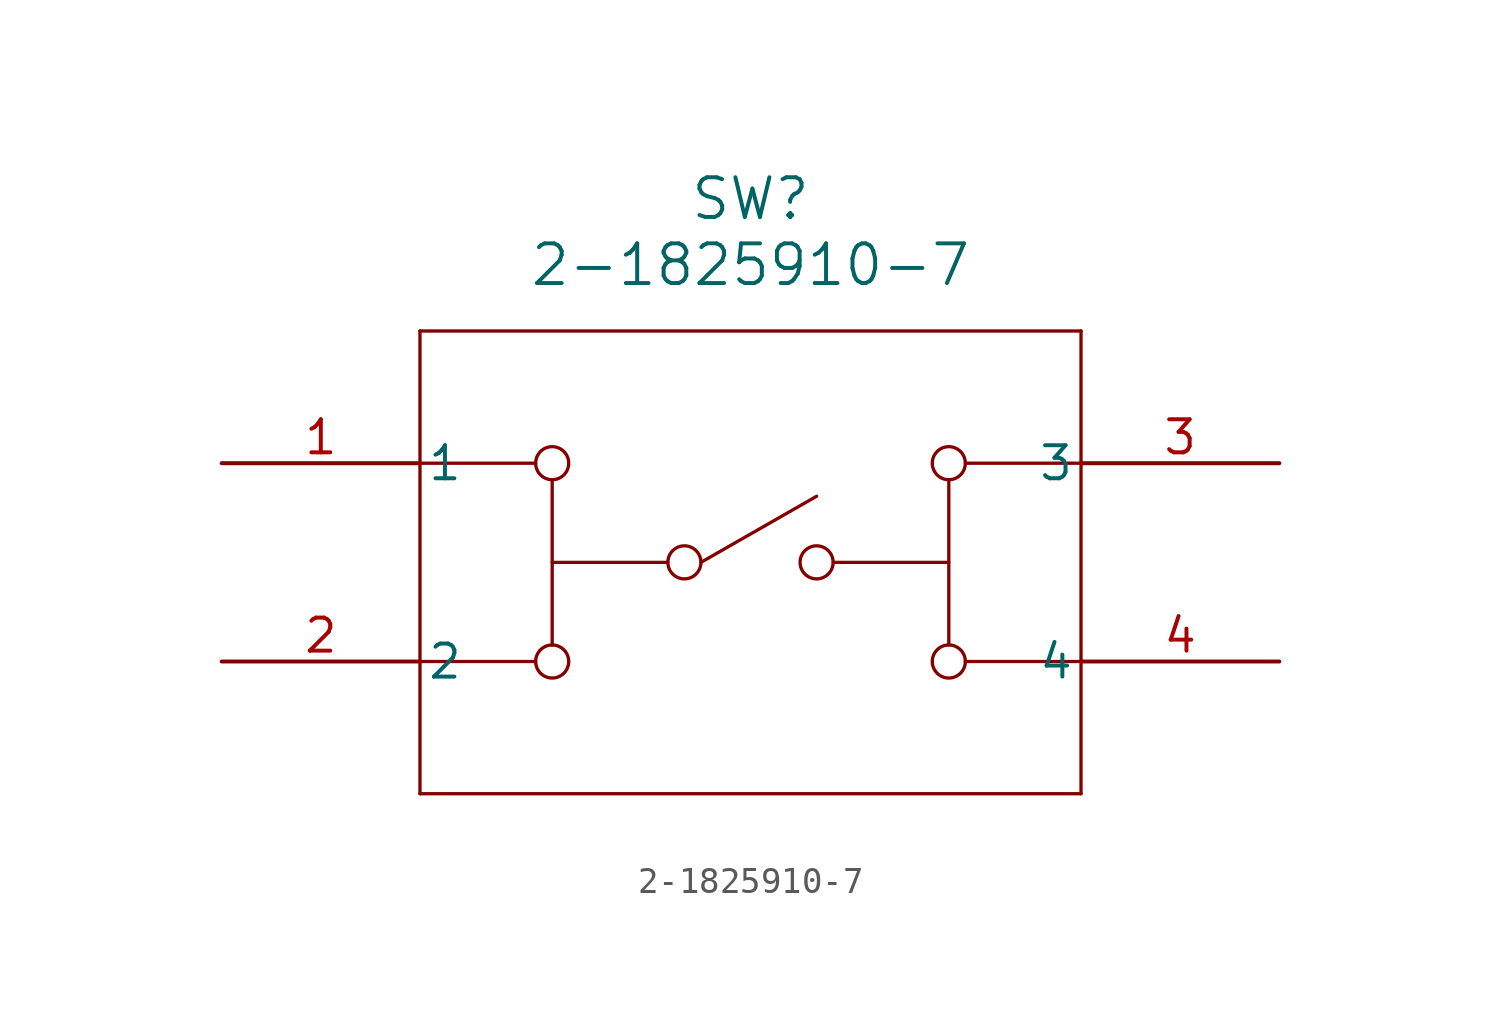
<source format=kicad_sym>
(kicad_symbol_lib
  (version 20241209)
  (generator "kicad_symbol_editor")
  (generator_version "9.0")
  (symbol "2-1825910-7"
    (pin_names
      (offset 0.254))
    (property "Reference" "SW"
      (at 0 13.97 0)
      (effects (font (size 1.524 1.524))))
    (property "Value" "2-1825910-7"
      (at 0 11.43 0)
      (effects (font (size 1.524 1.524))))
    (property "ki_locked" ""
      (at 0 0 0)
      (effects (font (size 1.27 1.27))))
    (symbol "2-1825910-7_0_1"
      (polyline (pts (xy -12.7 8.89) (xy -12.7 -8.89)) (stroke (width 0.127) (type default)) (fill (type none)))
      (polyline (pts (xy -12.7 3.81) (xy -8.255 3.81)) (stroke (width 0.127) (type default)) (fill (type none)))
      (polyline (pts (xy -12.7 -3.81) (xy -8.255 -3.81)) (stroke (width 0.127) (type default)) (fill (type none)))
      (polyline (pts (xy -12.7 -8.89) (xy 12.7 -8.89)) (stroke (width 0.127) (type default)) (fill (type none)))
      (circle (center -7.62 3.81) (radius 0.635) (stroke (width 0.127) (type default)) (fill (type none)))
      (polyline (pts (xy -7.62 3.175) (xy -7.62 -3.175)) (stroke (width 0.127) (type default)) (fill (type none)))
      (polyline (pts (xy -7.62 0) (xy -3.175 0)) (stroke (width 0.127) (type default)) (fill (type none)))
      (circle (center -7.62 -3.81) (radius 0.635) (stroke (width 0.127) (type default)) (fill (type none)))
      (circle (center -2.54 0) (radius 0.635) (stroke (width 0.127) (type default)) (fill (type none)))
      (polyline (pts (xy -1.905 0) (xy 2.54 2.54)) (stroke (width 0.127) (type default)) (fill (type none)))
      (circle (center 2.54 0) (radius 0.635) (stroke (width 0.127) (type default)) (fill (type none)))
      (circle (center 7.62 3.81) (radius 0.635) (stroke (width 0.127) (type default)) (fill (type none)))
      (polyline (pts (xy 7.62 3.175) (xy 7.62 -3.175)) (stroke (width 0.127) (type default)) (fill (type none)))
      (polyline (pts (xy 7.62 0) (xy 3.175 0)) (stroke (width 0.127) (type default)) (fill (type none)))
      (circle (center 7.62 -3.81) (radius 0.635) (stroke (width 0.127) (type default)) (fill (type none)))
      (polyline (pts (xy 12.7 8.89) (xy -12.7 8.89)) (stroke (width 0.127) (type default)) (fill (type none)))
      (polyline (pts (xy 12.7 3.81) (xy 8.255 3.81)) (stroke (width 0.127) (type default)) (fill (type none)))
      (polyline (pts (xy 12.7 -3.81) (xy 8.255 -3.81)) (stroke (width 0.127) (type default)) (fill (type none)))
      (polyline (pts (xy 12.7 -8.89) (xy 12.7 8.89)) (stroke (width 0.127) (type default)) (fill (type none)))
      (pin unspecified line (at -20.32 3.81 0) (length 7.62) (name "1" (effects (font (size 1.27 1.27)))) (number "1" (effects (font (size 1.27 1.27)))))
      (pin unspecified line (at -20.32 -3.81 0) (length 7.62) (name "2" (effects (font (size 1.27 1.27)))) (number "2" (effects (font (size 1.27 1.27)))))
      (pin unspecified line (at 20.32 3.81 180) (length 7.62) (name "3" (effects (font (size 1.27 1.27)))) (number "3" (effects (font (size 1.27 1.27)))))
      (pin unspecified line (at 20.32 -3.81 180) (length 7.62) (name "4" (effects (font (size 1.27 1.27)))) (number "4" (effects (font (size 1.27 1.27))))))))
</source>
